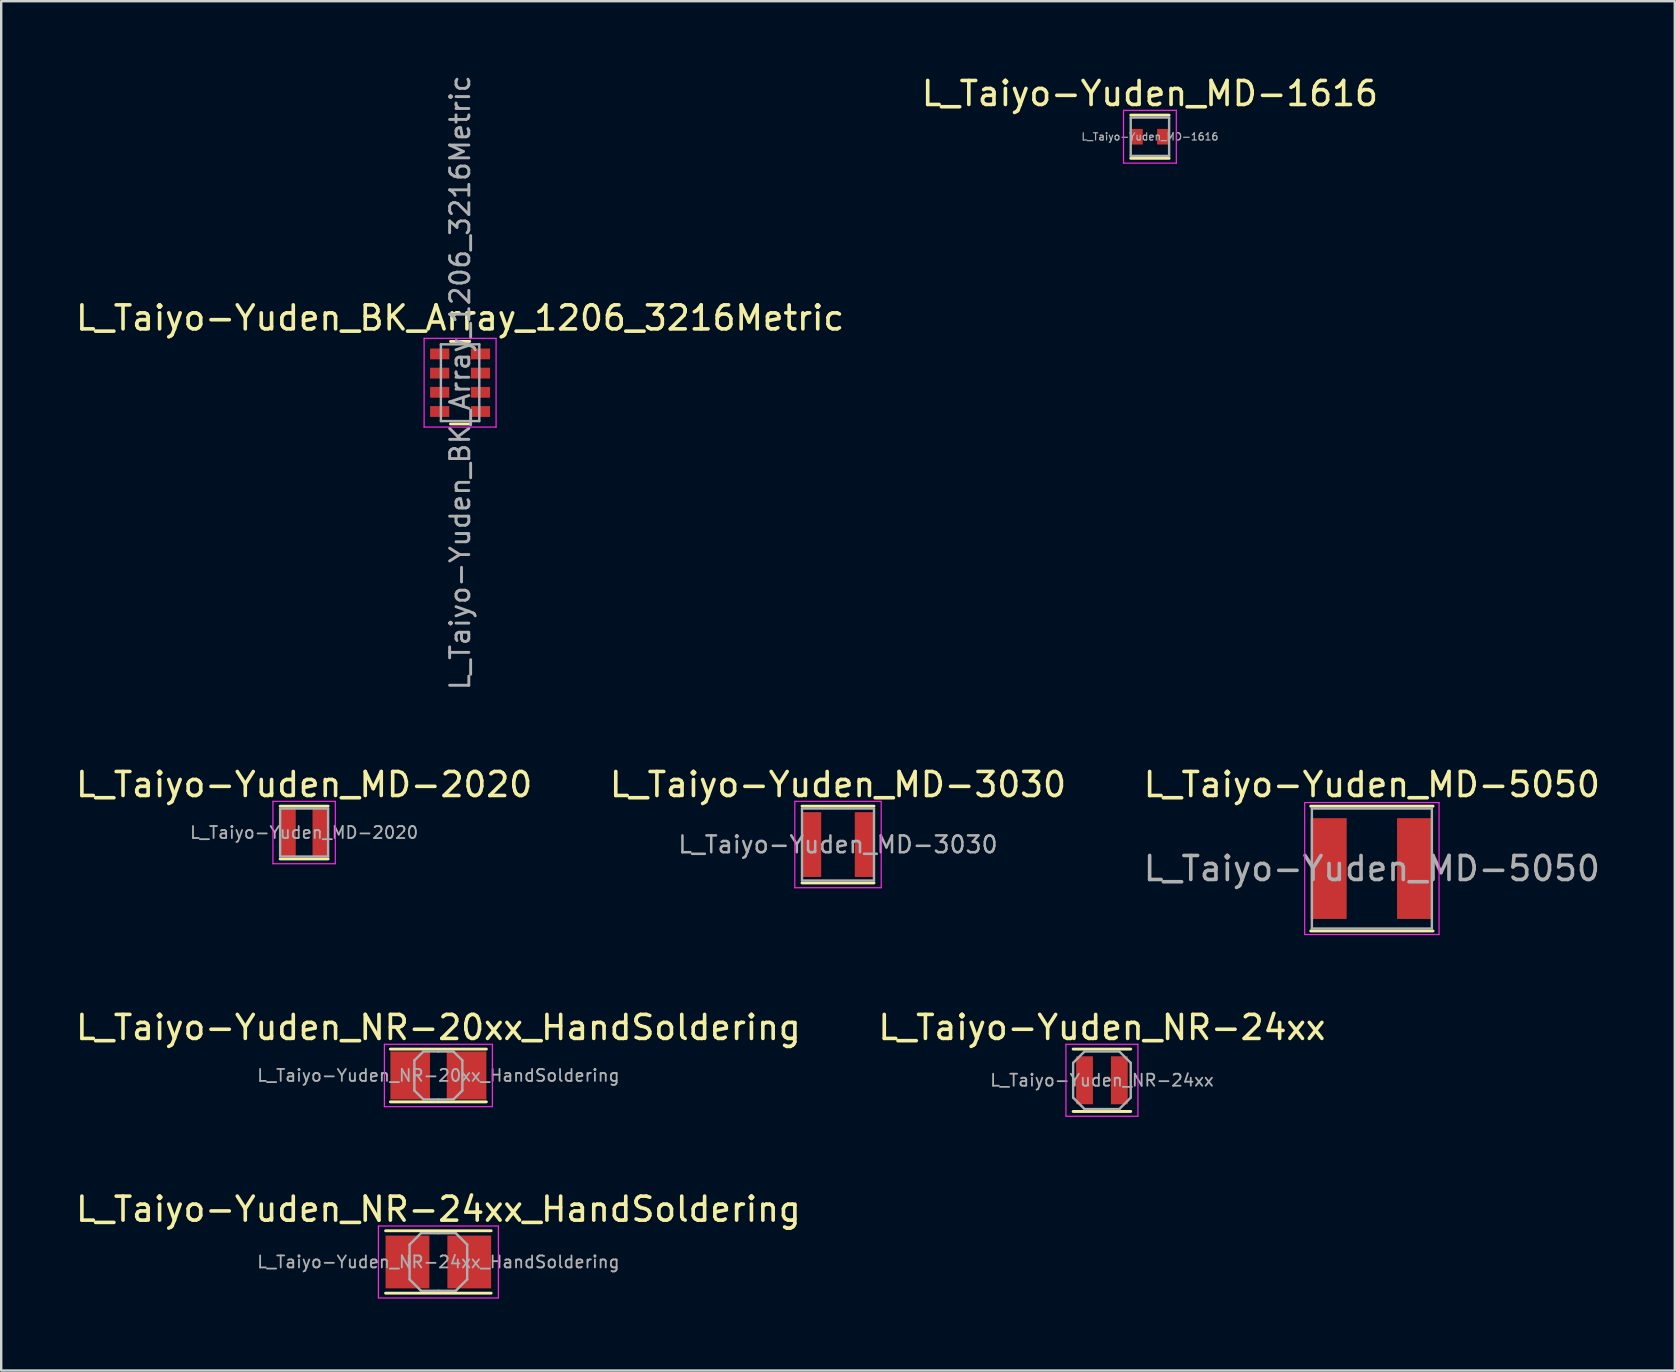
<source format=kicad_pcb>
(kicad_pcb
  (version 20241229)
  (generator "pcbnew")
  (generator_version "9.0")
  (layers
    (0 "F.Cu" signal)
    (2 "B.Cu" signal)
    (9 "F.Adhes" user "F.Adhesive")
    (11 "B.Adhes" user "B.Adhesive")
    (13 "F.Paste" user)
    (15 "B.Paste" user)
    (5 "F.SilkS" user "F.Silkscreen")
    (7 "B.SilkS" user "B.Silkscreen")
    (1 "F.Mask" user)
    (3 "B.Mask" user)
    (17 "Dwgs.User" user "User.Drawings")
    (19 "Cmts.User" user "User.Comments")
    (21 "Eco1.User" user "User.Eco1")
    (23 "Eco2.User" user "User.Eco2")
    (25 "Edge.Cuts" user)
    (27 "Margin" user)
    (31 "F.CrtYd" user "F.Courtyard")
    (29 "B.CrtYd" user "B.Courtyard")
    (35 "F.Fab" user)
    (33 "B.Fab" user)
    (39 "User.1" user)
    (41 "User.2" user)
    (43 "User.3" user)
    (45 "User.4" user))
  (footprint "L_Taiyo-Yuden_NR-24xx_HandSoldering"
    (layer "F.Cu")
    (at 15.22 49.545)
    (property "Reference" "L_Taiyo-Yuden_NR-24xx_HandSoldering" (at 0 -2.2 0) (layer "F.SilkS") (effects (font (size 1 1) (thickness 0.15))))
    (attr smd)
    (fp_line (start -2.2 -1.3) (end 2.2 -1.3) (stroke (width 0.12) (type solid)) (layer "F.SilkS"))
    (fp_line (start -2.2 1.3) (end 2.2 1.3) (stroke (width 0.12) (type solid)) (layer "F.SilkS"))
    (fp_line (start -2.5 -1.5) (end -2.5 1.5) (stroke (width 0.05) (type solid)) (layer "F.CrtYd"))
    (fp_line (start -2.5 1.5) (end 2.5 1.5) (stroke (width 0.05) (type solid)) (layer "F.CrtYd"))
    (fp_line (start 2.5 -1.5) (end -2.5 -1.5) (stroke (width 0.05) (type solid)) (layer "F.CrtYd"))
    (fp_line (start 2.5 1.5) (end 2.5 -1.5) (stroke (width 0.05) (type solid)) (layer "F.CrtYd"))
    (fp_line (start -1.2 -0.725) (end -0.725 -1.2) (stroke (width 0.1) (type solid)) (layer "F.Fab"))
    (fp_line (start -1.2 0) (end -1.2 -0.725) (stroke (width 0.1) (type solid)) (layer "F.Fab"))
    (fp_line (start -1.2 0) (end -1.2 0.725) (stroke (width 0.1) (type solid)) (layer "F.Fab"))
    (fp_line (start -1.2 0.725) (end -0.725 1.2) (stroke (width 0.1) (type solid)) (layer "F.Fab"))
    (fp_line (start -0.725 -1.2) (end 0 -1.2) (stroke (width 0.1) (type solid)) (layer "F.Fab"))
    (fp_line (start -0.725 1.2) (end 0 1.2) (stroke (width 0.1) (type solid)) (layer "F.Fab"))
    (fp_line (start 0.725 -1.2) (end 0 -1.2) (stroke (width 0.1) (type solid)) (layer "F.Fab"))
    (fp_line (start 0.725 1.2) (end 0 1.2) (stroke (width 0.1) (type solid)) (layer "F.Fab"))
    (fp_line (start 1.2 -0.725) (end 0.725 -1.2) (stroke (width 0.1) (type solid)) (layer "F.Fab"))
    (fp_line (start 1.2 0) (end 1.2 -0.725) (stroke (width 0.1) (type solid)) (layer "F.Fab"))
    (fp_line (start 1.2 0) (end 1.2 0.725) (stroke (width 0.1) (type solid)) (layer "F.Fab"))
    (fp_line (start 1.2 0.725) (end 0.725 1.2) (stroke (width 0.1) (type solid)) (layer "F.Fab"))
    (fp_text user "${REFERENCE}" (at 0 0 0) (layer "F.Fab") (effects (font (size 0.5 0.5) (thickness 0.075))))
    (pad "1" smd rect (at -1.288 0) (size 1.825 2.2) (layers "F.Cu" "F.Mask" "F.Paste"))
    (pad "2" smd rect (at 1.288 0) (size 1.825 2.2) (layers "F.Cu" "F.Mask" "F.Paste")))
  (footprint "L_Taiyo-Yuden_NR-20xx_HandSoldering"
    (layer "F.Cu")
    (at 15.22 41.772)
    (property "Reference" "L_Taiyo-Yuden_NR-20xx_HandSoldering" (at 0 -2 0) (layer "F.SilkS") (effects (font (size 1 1) (thickness 0.15))))
    (attr smd)
    (fp_line (start -2 -1.1) (end 2 -1.1) (stroke (width 0.12) (type solid)) (layer "F.SilkS"))
    (fp_line (start -2 1.1) (end 2 1.1) (stroke (width 0.12) (type solid)) (layer "F.SilkS"))
    (fp_line (start -2.25 -1.3) (end -2.25 1.3) (stroke (width 0.05) (type solid)) (layer "F.CrtYd"))
    (fp_line (start -2.25 1.3) (end 2.25 1.3) (stroke (width 0.05) (type solid)) (layer "F.CrtYd"))
    (fp_line (start 2.25 -1.3) (end -2.25 -1.3) (stroke (width 0.05) (type solid)) (layer "F.CrtYd"))
    (fp_line (start 2.25 1.3) (end 2.25 -1.3) (stroke (width 0.05) (type solid)) (layer "F.CrtYd"))
    (fp_line (start -1 -0.625) (end -0.625 -1) (stroke (width 0.1) (type solid)) (layer "F.Fab"))
    (fp_line (start -1 0) (end -1 -0.625) (stroke (width 0.1) (type solid)) (layer "F.Fab"))
    (fp_line (start -1 0) (end -1 0.625) (stroke (width 0.1) (type solid)) (layer "F.Fab"))
    (fp_line (start -1 0.625) (end -0.625 1) (stroke (width 0.1) (type solid)) (layer "F.Fab"))
    (fp_line (start -0.625 -1) (end 0 -1) (stroke (width 0.1) (type solid)) (layer "F.Fab"))
    (fp_line (start -0.625 1) (end 0 1) (stroke (width 0.1) (type solid)) (layer "F.Fab"))
    (fp_line (start 0.625 -1) (end 0 -1) (stroke (width 0.1) (type solid)) (layer "F.Fab"))
    (fp_line (start 0.625 1) (end 0 1) (stroke (width 0.1) (type solid)) (layer "F.Fab"))
    (fp_line (start 1 -0.625) (end 0.625 -1) (stroke (width 0.1) (type solid)) (layer "F.Fab"))
    (fp_line (start 1 0) (end 1 -0.625) (stroke (width 0.1) (type solid)) (layer "F.Fab"))
    (fp_line (start 1 0) (end 1 0.625) (stroke (width 0.1) (type solid)) (layer "F.Fab"))
    (fp_line (start 1 0.625) (end 0.625 1) (stroke (width 0.1) (type solid)) (layer "F.Fab"))
    (fp_text user "${REFERENCE}" (at 0 0 0) (layer "F.Fab") (effects (font (size 0.5 0.5) (thickness 0.075))))
    (pad "1" smd rect (at -1.175 0) (size 1.65 2) (layers "F.Cu" "F.Mask" "F.Paste"))
    (pad "2" smd rect (at 1.175 0) (size 1.65 2) (layers "F.Cu" "F.Mask" "F.Paste")))
  (footprint "L_Taiyo-Yuden_MD-2020"
    (layer "F.Cu")
    (at 9.625 31.648)
    (property "Reference" "L_Taiyo-Yuden_MD-2020" (at 0 -2 0) (layer "F.SilkS") (effects (font (size 1 1) (thickness 0.15))))
    (attr smd)
    (fp_line (start -1 -1.1) (end 1 -1.1) (stroke (width 0.12) (type solid)) (layer "F.SilkS"))
    (fp_line (start -1 1.1) (end 1 1.1) (stroke (width 0.12) (type solid)) (layer "F.SilkS"))
    (fp_line (start -1.3 -1.3) (end -1.3 1.3) (stroke (width 0.05) (type solid)) (layer "F.CrtYd"))
    (fp_line (start -1.3 1.3) (end 1.3 1.3) (stroke (width 0.05) (type solid)) (layer "F.CrtYd"))
    (fp_line (start 1.3 -1.3) (end -1.3 -1.3) (stroke (width 0.05) (type solid)) (layer "F.CrtYd"))
    (fp_line (start 1.3 1.3) (end 1.3 -1.3) (stroke (width 0.05) (type solid)) (layer "F.CrtYd"))
    (fp_line (start -1 -1) (end -1 1) (stroke (width 0.1) (type solid)) (layer "F.Fab"))
    (fp_line (start -1 1) (end 1 1) (stroke (width 0.1) (type solid)) (layer "F.Fab"))
    (fp_line (start 1 -1) (end -1 -1) (stroke (width 0.1) (type solid)) (layer "F.Fab"))
    (fp_line (start 1 1) (end 1 -1) (stroke (width 0.1) (type solid)) (layer "F.Fab"))
    (fp_text user "${REFERENCE}" (at 0 0 0) (layer "F.Fab") (effects (font (size 0.5 0.5) (thickness 0.075))))
    (pad "1" smd rect (at -0.675 0) (size 0.65 2) (layers "F.Cu" "F.Mask" "F.Paste"))
    (pad "2" smd rect (at 0.675 0) (size 0.65 2) (layers "F.Cu" "F.Mask" "F.Paste")))
  (footprint "L_Taiyo-Yuden_MD-3030"
    (layer "F.Cu")
    (at 31.875 32.148)
    (property "Reference" "L_Taiyo-Yuden_MD-3030" (at 0 -2.5 0) (layer "F.SilkS") (effects (font (size 1 1) (thickness 0.15))))
    (attr smd)
    (fp_line (start -1.5 -1.6) (end 1.5 -1.6) (stroke (width 0.12) (type solid)) (layer "F.SilkS"))
    (fp_line (start -1.5 1.6) (end 1.5 1.6) (stroke (width 0.12) (type solid)) (layer "F.SilkS"))
    (fp_line (start -1.8 -1.8) (end -1.8 1.8) (stroke (width 0.05) (type solid)) (layer "F.CrtYd"))
    (fp_line (start -1.8 1.8) (end 1.8 1.8) (stroke (width 0.05) (type solid)) (layer "F.CrtYd"))
    (fp_line (start 1.8 -1.8) (end -1.8 -1.8) (stroke (width 0.05) (type solid)) (layer "F.CrtYd"))
    (fp_line (start 1.8 1.8) (end 1.8 -1.8) (stroke (width 0.05) (type solid)) (layer "F.CrtYd"))
    (fp_line (start -1.5 -1.5) (end -1.5 1.5) (stroke (width 0.1) (type solid)) (layer "F.Fab"))
    (fp_line (start -1.5 1.5) (end 1.5 1.5) (stroke (width 0.1) (type solid)) (layer "F.Fab"))
    (fp_line (start 1.5 -1.5) (end -1.5 -1.5) (stroke (width 0.1) (type solid)) (layer "F.Fab"))
    (fp_line (start 1.5 1.5) (end 1.5 -1.5) (stroke (width 0.1) (type solid)) (layer "F.Fab"))
    (fp_text user "${REFERENCE}" (at 0 0 0) (layer "F.Fab") (effects (font (size 0.7 0.7) (thickness 0.105))))
    (pad "1" smd rect (at -1.1 0) (size 0.8 2.7) (layers "F.Cu" "F.Mask" "F.Paste"))
    (pad "2" smd rect (at 1.1 0) (size 0.8 2.7) (layers "F.Cu" "F.Mask" "F.Paste")))
  (footprint "L_Taiyo-Yuden_MD-1616"
    (layer "F.Cu")
    (at 44.875 2.648)
    (property "Reference" "L_Taiyo-Yuden_MD-1616" (at 0 -1.8 0) (layer "F.SilkS") (effects (font (size 1 1) (thickness 0.15))))
    (attr smd)
    (fp_line (start -0.8 -0.9) (end 0.8 -0.9) (stroke (width 0.12) (type solid)) (layer "F.SilkS"))
    (fp_line (start -0.8 0.9) (end 0.8 0.9) (stroke (width 0.12) (type solid)) (layer "F.SilkS"))
    (fp_line (start -1.1 -1.1) (end -1.1 1.1) (stroke (width 0.05) (type solid)) (layer "F.CrtYd"))
    (fp_line (start -1.1 1.1) (end 1.1 1.1) (stroke (width 0.05) (type solid)) (layer "F.CrtYd"))
    (fp_line (start 1.1 -1.1) (end -1.1 -1.1) (stroke (width 0.05) (type solid)) (layer "F.CrtYd"))
    (fp_line (start 1.1 1.1) (end 1.1 -1.1) (stroke (width 0.05) (type solid)) (layer "F.CrtYd"))
    (fp_line (start -0.8 -0.8) (end -0.8 0.8) (stroke (width 0.1) (type solid)) (layer "F.Fab"))
    (fp_line (start -0.8 0.8) (end 0.8 0.8) (stroke (width 0.1) (type solid)) (layer "F.Fab"))
    (fp_line (start 0.8 -0.8) (end -0.8 -0.8) (stroke (width 0.1) (type solid)) (layer "F.Fab"))
    (fp_line (start 0.8 0.8) (end 0.8 -0.8) (stroke (width 0.1) (type solid)) (layer "F.Fab"))
    (fp_text user "${REFERENCE}" (at 0 0 0) (layer "F.Fab") (effects (font (size 0.3 0.3) (thickness 0.05))))
    (pad "1" smd rect (at -0.55 0) (size 0.5 0.65) (layers "F.Cu" "F.Mask" "F.Paste"))
    (pad "2" smd rect (at 0.55 0) (size 0.5 0.65) (layers "F.Cu" "F.Mask" "F.Paste")))
  (footprint "L_Taiyo-Yuden_MD-5050"
    (layer "F.Cu")
    (at 54.125 33.148)
    (property "Reference" "L_Taiyo-Yuden_MD-5050" (at 0 -3.5 0) (layer "F.SilkS") (effects (font (size 1 1) (thickness 0.15))))
    (attr smd)
    (fp_line (start -2.55 -2.6) (end 2.55 -2.6) (stroke (width 0.12) (type solid)) (layer "F.SilkS"))
    (fp_line (start -2.55 2.6) (end 2.55 2.6) (stroke (width 0.12) (type solid)) (layer "F.SilkS"))
    (fp_line (start -2.8 -2.75) (end -2.8 2.75) (stroke (width 0.05) (type solid)) (layer "F.CrtYd"))
    (fp_line (start -2.8 2.75) (end 2.8 2.75) (stroke (width 0.05) (type solid)) (layer "F.CrtYd"))
    (fp_line (start 2.8 -2.75) (end -2.8 -2.75) (stroke (width 0.05) (type solid)) (layer "F.CrtYd"))
    (fp_line (start 2.8 2.75) (end 2.8 -2.75) (stroke (width 0.05) (type solid)) (layer "F.CrtYd"))
    (fp_line (start -2.5 -2.5) (end -2.5 2.5) (stroke (width 0.1) (type solid)) (layer "F.Fab"))
    (fp_line (start -2.5 2.5) (end 2.5 2.5) (stroke (width 0.1) (type solid)) (layer "F.Fab"))
    (fp_line (start 2.5 -2.5) (end -2.5 -2.5) (stroke (width 0.1) (type solid)) (layer "F.Fab"))
    (fp_line (start 2.5 2.5) (end 2.5 -2.5) (stroke (width 0.1) (type solid)) (layer "F.Fab"))
    (fp_text user "${REFERENCE}" (at 0 0 0) (layer "F.Fab") (effects (font (size 1 1) (thickness 0.15))))
    (pad "1" smd rect (at -1.8 0) (size 1.5 4.2) (layers "F.Cu" "F.Mask" "F.Paste"))
    (pad "2" smd rect (at 1.8 0) (size 1.5 4.2) (layers "F.Cu" "F.Mask" "F.Paste")))
  (footprint "L_Taiyo-Yuden_BK_Array_1206_3216Metric"
    (layer "F.Cu")
    (at 16.125 12.9)
    (property "Reference" "L_Taiyo-Yuden_BK_Array_1206_3216Metric" (at 0 -2.7 0) (layer "F.SilkS") (effects (font (size 1 1) (thickness 0.15))))
    (attr smd)
    (fp_line (start -0.4 -1.72) (end 0.4 -1.72) (stroke (width 0.12) (type solid)) (layer "F.SilkS"))
    (fp_line (start -0.4 1.72) (end 0.4 1.72) (stroke (width 0.12) (type solid)) (layer "F.SilkS"))
    (fp_line (start -1.5 -1.85) (end 1.5 -1.85) (stroke (width 0.05) (type solid)) (layer "F.CrtYd"))
    (fp_line (start -1.5 1.85) (end -1.5 -1.85) (stroke (width 0.05) (type solid)) (layer "F.CrtYd"))
    (fp_line (start 1.5 -1.85) (end 1.5 1.85) (stroke (width 0.05) (type solid)) (layer "F.CrtYd"))
    (fp_line (start 1.5 1.85) (end -1.5 1.85) (stroke (width 0.05) (type solid)) (layer "F.CrtYd"))
    (fp_line (start -0.8 -1.6) (end 0.8 -1.6) (stroke (width 0.1) (type solid)) (layer "F.Fab"))
    (fp_line (start -0.8 1.6) (end -0.8 -1.6) (stroke (width 0.1) (type solid)) (layer "F.Fab"))
    (fp_line (start 0.8 -1.6) (end 0.8 1.6) (stroke (width 0.1) (type solid)) (layer "F.Fab"))
    (fp_line (start 0.8 1.6) (end -0.8 1.6) (stroke (width 0.1) (type solid)) (layer "F.Fab"))
    (fp_text user "${REFERENCE}" (at 0 0 90) (layer "F.Fab") (effects (font (size 0.8 0.8) (thickness 0.12))))
    (pad "1" smd rect (at -0.85 -1.2) (size 0.8 0.45) (layers "F.Cu" "F.Mask" "F.Paste"))
    (pad "2" smd rect (at -0.85 -0.4) (size 0.8 0.45) (layers "F.Cu" "F.Mask" "F.Paste"))
    (pad "3" smd rect (at -0.85 0.4) (size 0.8 0.45) (layers "F.Cu" "F.Mask" "F.Paste"))
    (pad "4" smd rect (at -0.85 1.2) (size 0.8 0.45) (layers "F.Cu" "F.Mask" "F.Paste"))
    (pad "5" smd rect (at 0.85 1.2) (size 0.8 0.45) (layers "F.Cu" "F.Mask" "F.Paste"))
    (pad "6" smd rect (at 0.85 0.4) (size 0.8 0.45) (layers "F.Cu" "F.Mask" "F.Paste"))
    (pad "7" smd rect (at 0.85 -0.4) (size 0.8 0.45) (layers "F.Cu" "F.Mask" "F.Paste"))
    (pad "8" smd rect (at 0.85 -1.2) (size 0.8 0.45) (layers "F.Cu" "F.Mask" "F.Paste")))
  (footprint "L_Taiyo-Yuden_NR-24xx"
    (layer "F.Cu")
    (at 42.875 41.972)
    (property "Reference" "L_Taiyo-Yuden_NR-24xx" (at 0 -2.2 0) (layer "F.SilkS") (effects (font (size 1 1) (thickness 0.15))))
    (attr smd)
    (fp_line (start -1.2 -1.3) (end 1.2 -1.3) (stroke (width 0.12) (type solid)) (layer "F.SilkS"))
    (fp_line (start -1.2 1.3) (end 1.2 1.3) (stroke (width 0.12) (type solid)) (layer "F.SilkS"))
    (fp_line (start -1.5 -1.5) (end -1.5 1.5) (stroke (width 0.05) (type solid)) (layer "F.CrtYd"))
    (fp_line (start -1.5 1.5) (end 1.5 1.5) (stroke (width 0.05) (type solid)) (layer "F.CrtYd"))
    (fp_line (start 1.5 -1.5) (end -1.5 -1.5) (stroke (width 0.05) (type solid)) (layer "F.CrtYd"))
    (fp_line (start 1.5 1.5) (end 1.5 -1.5) (stroke (width 0.05) (type solid)) (layer "F.CrtYd"))
    (fp_line (start -1.2 -0.725) (end -1.2 0.725) (stroke (width 0.1) (type solid)) (layer "F.Fab"))
    (fp_line (start -1.2 -0.725) (end -0.725 -1.2) (stroke (width 0.1) (type solid)) (layer "F.Fab"))
    (fp_line (start -1.2 0.725) (end -0.725 1.2) (stroke (width 0.1) (type solid)) (layer "F.Fab"))
    (fp_line (start -0.725 -1.2) (end 0.725 -1.2) (stroke (width 0.1) (type solid)) (layer "F.Fab"))
    (fp_line (start -0.725 1.2) (end 0.725 1.2) (stroke (width 0.1) (type solid)) (layer "F.Fab"))
    (fp_line (start 1.2 -0.725) (end 0.725 -1.2) (stroke (width 0.1) (type solid)) (layer "F.Fab"))
    (fp_line (start 1.2 -0.725) (end 1.2 0.725) (stroke (width 0.1) (type solid)) (layer "F.Fab"))
    (fp_line (start 1.2 0.725) (end 0.725 1.2) (stroke (width 0.1) (type solid)) (layer "F.Fab"))
    (fp_text user "${REFERENCE}" (at 0 0 0) (layer "F.Fab") (effects (font (size 0.5 0.5) (thickness 0.075))))
    (pad "1" smd rect (at -0.725 0) (size 0.7 2) (layers "F.Cu" "F.Mask" "F.Paste"))
    (pad "2" smd rect (at 0.725 0) (size 0.7 2) (layers "F.Cu" "F.Mask" "F.Paste")))
  (gr_rect
    (start -3 -3)
    (end 66.75 54.07)
    (stroke (width 0.1) (type default))
    (fill no)
    (layer "Edge.Cuts")))
</source>
